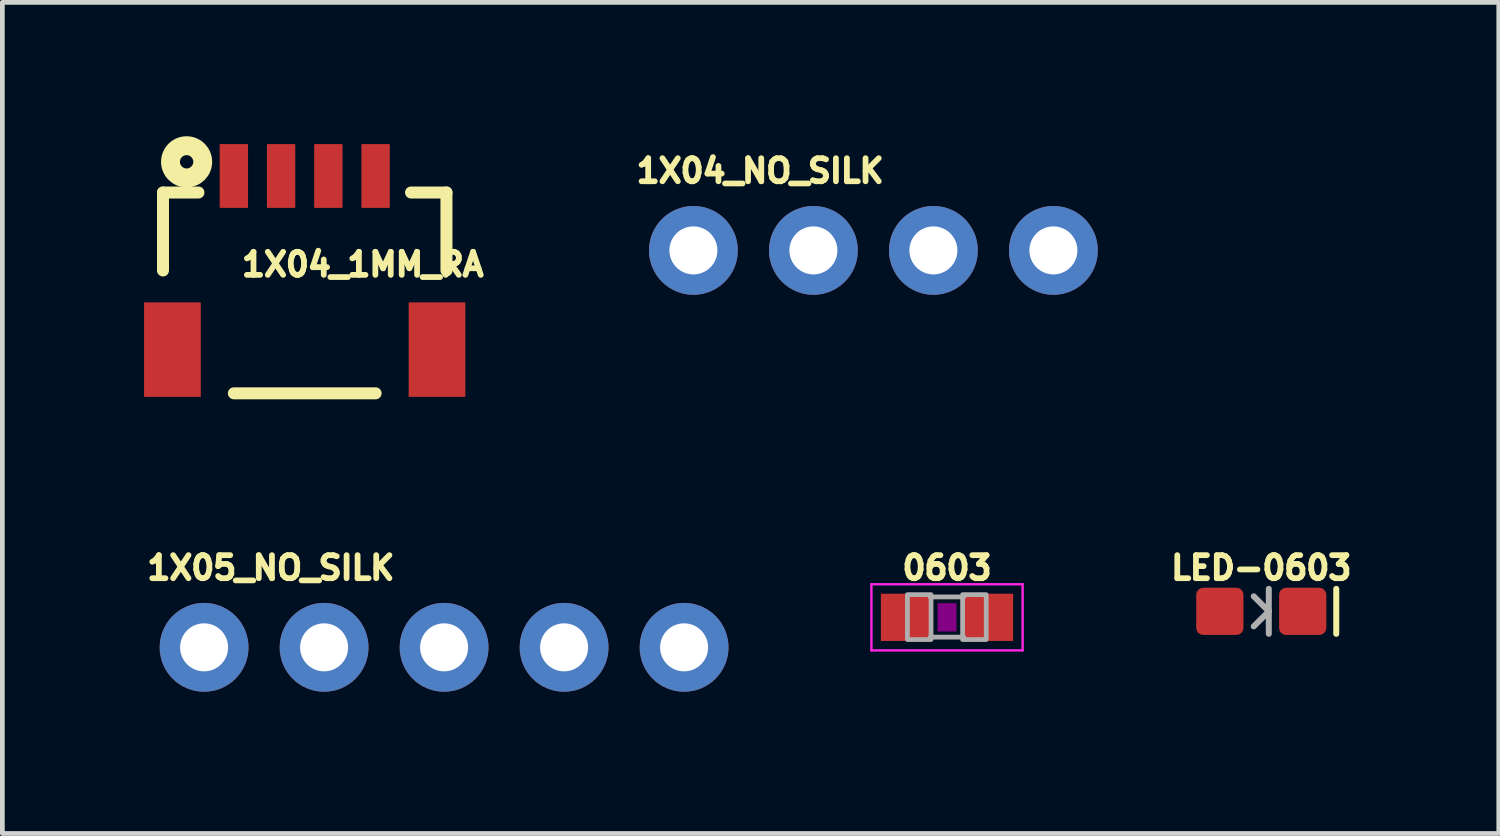
<source format=kicad_pcb>
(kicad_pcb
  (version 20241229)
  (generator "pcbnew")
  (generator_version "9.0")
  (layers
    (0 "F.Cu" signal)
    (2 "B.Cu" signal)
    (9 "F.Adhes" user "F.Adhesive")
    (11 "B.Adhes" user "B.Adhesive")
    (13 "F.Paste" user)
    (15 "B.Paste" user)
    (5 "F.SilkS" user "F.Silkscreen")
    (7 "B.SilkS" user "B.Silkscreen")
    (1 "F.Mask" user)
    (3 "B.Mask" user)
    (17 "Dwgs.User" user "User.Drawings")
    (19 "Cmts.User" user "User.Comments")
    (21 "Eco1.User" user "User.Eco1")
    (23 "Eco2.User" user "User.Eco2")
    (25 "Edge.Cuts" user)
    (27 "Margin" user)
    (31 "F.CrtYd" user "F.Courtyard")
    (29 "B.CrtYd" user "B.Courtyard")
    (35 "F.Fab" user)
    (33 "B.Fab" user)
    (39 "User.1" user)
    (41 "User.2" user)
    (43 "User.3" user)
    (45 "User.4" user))
  (footprint "0603"
    (layer "F.Cu")
    (at 16.995 10.017)
    (property "Reference" "0603" (at 0 -0.762 0) (layer "F.SilkS") (effects (font (size 0.488 0.488) (thickness 0.122)) (justify bottom)))
    (fp_poly (pts (xy -0.2 0.3) (xy 0.2 0.3) (xy 0.2 -0.3) (xy -0.2 -0.3)) (stroke (width 0) (type solid)) (fill yes) (layer "F.Adhes"))
    (fp_line (start -1.6 -0.7) (end 1.6 -0.7) (stroke (width 0.051) (type solid)) (layer "F.CrtYd"))
    (fp_line (start -1.6 0.7) (end -1.6 -0.7) (stroke (width 0.051) (type solid)) (layer "F.CrtYd"))
    (fp_line (start 1.6 -0.7) (end 1.6 0.7) (stroke (width 0.051) (type solid)) (layer "F.CrtYd"))
    (fp_line (start 1.6 0.7) (end -1.6 0.7) (stroke (width 0.051) (type solid)) (layer "F.CrtYd"))
    (fp_line (start -0.356 -0.432) (end 0.356 -0.432) (stroke (width 0.102) (type solid)) (layer "F.Fab"))
    (fp_line (start -0.356 0.419) (end 0.356 0.419) (stroke (width 0.102) (type solid)) (layer "F.Fab"))
    (fp_poly (pts (xy -0.838 0.47) (xy -0.338 0.47) (xy -0.338 -0.48) (xy -0.838 -0.48)) (stroke (width 0.1) (type solid)) (fill no) (layer "F.Fab"))
    (fp_poly (pts (xy 0.33 0.47) (xy 0.83 0.47) (xy 0.83 -0.48) (xy 0.33 -0.48)) (stroke (width 0.1) (type solid)) (fill no) (layer "F.Fab"))
    (pad "1" smd rect (at -0.85 0) (size 1.1 1) (layers "F.Cu" "F.Mask" "F.Paste"))
    (pad "2" smd rect (at 0.85 0) (size 1.1 1) (layers "F.Cu" "F.Mask" "F.Paste")))
  (footprint "1X04_1MM_RA"
    (layer "F.Cu")
    (at 3.4 0.675)
    (property "Reference" "1X04_1MM_RA" (at -1.397 2.159 0) (layer "F.SilkS") (effects (font (size 0.488 0.488) (thickness 0.122)) (justify left bottom)))
    (fp_line (start -3 0.35) (end -2.25 0.35) (stroke (width 0.254) (type solid)) (layer "F.SilkS"))
    (fp_line (start -3 2) (end -3 0.35) (stroke (width 0.254) (type solid)) (layer "F.SilkS"))
    (fp_line (start -1.5 4.6) (end 1.5 4.6) (stroke (width 0.254) (type solid)) (layer "F.SilkS"))
    (fp_line (start 2.25 0.35) (end 3 0.35) (stroke (width 0.254) (type solid)) (layer "F.SilkS"))
    (fp_line (start 3 0.35) (end 3 2) (stroke (width 0.254) (type solid)) (layer "F.SilkS"))
    (fp_circle (center -2.5 -0.3) (end -2.359 -0.3) (stroke (width 0.4) (type solid)) (fill no) (layer "F.SilkS"))
    (pad "1" smd rect (at -1.5 0) (size 0.6 1.35) (layers "F.Cu" "F.Mask" "F.Paste"))
    (pad "2" smd rect (at -0.5 0) (size 0.6 1.35) (layers "F.Cu" "F.Mask" "F.Paste"))
    (pad "3" smd rect (at 0.5 0) (size 0.6 1.35) (layers "F.Cu" "F.Mask" "F.Paste"))
    (pad "4" smd rect (at 1.5 0) (size 0.6 1.35) (layers "F.Cu" "F.Mask" "F.Paste"))
    (pad "NC1" smd rect (at 2.8 3.675) (size 1.2 2) (layers "F.Cu" "F.Mask" "F.Paste"))
    (pad "NC2" smd rect (at -2.8 3.675) (size 1.2 2) (layers "F.Cu" "F.Mask" "F.Paste")))
  (footprint "1X04_NO_SILK"
    (layer "F.Cu")
    (at 11.627 2.25)
    (property "Reference" "1X04_NO_SILK" (at -1.27 -1.397 0) (layer "F.SilkS") (effects (font (size 0.488 0.488) (thickness 0.122)) (justify left bottom)))
    (fp_poly (pts (xy -0.254 0.254) (xy 0.254 0.254) (xy 0.254 -0.254) (xy -0.254 -0.254)) (stroke (width 0.1) (type solid)) (fill no) (layer "F.Fab"))
    (fp_poly (pts (xy 2.286 0.254) (xy 2.794 0.254) (xy 2.794 -0.254) (xy 2.286 -0.254)) (stroke (width 0.1) (type solid)) (fill no) (layer "F.Fab"))
    (fp_poly (pts (xy 4.826 0.254) (xy 5.334 0.254) (xy 5.334 -0.254) (xy 4.826 -0.254)) (stroke (width 0.1) (type solid)) (fill no) (layer "F.Fab"))
    (fp_poly (pts (xy 7.366 0.254) (xy 7.874 0.254) (xy 7.874 -0.254) (xy 7.366 -0.254)) (stroke (width 0.1) (type solid)) (fill no) (layer "F.Fab"))
    (pad "1" thru_hole circle (at 0 0 90) (size 1.88 1.88) (drill 1.016) (layers "*.Cu" "*.Mask"))
    (pad "2" thru_hole circle (at 2.54 0 90) (size 1.88 1.88) (drill 1.016) (layers "*.Cu" "*.Mask"))
    (pad "3" thru_hole circle (at 5.08 0 90) (size 1.88 1.88) (drill 1.016) (layers "*.Cu" "*.Mask"))
    (pad "4" thru_hole circle (at 7.62 0 90) (size 1.88 1.88) (drill 1.016) (layers "*.Cu" "*.Mask")))
  (footprint "LED-0603"
    (layer "F.Cu")
    (at 23.647 9.89)
    (property "Reference" "LED-0603" (at 0 -0.635 0) (layer "F.SilkS") (effects (font (size 0.488 0.488) (thickness 0.122)) (justify bottom)))
    (fp_line (start 1.587 -0.476) (end 1.587 0.476) (stroke (width 0.127) (type solid)) (layer "F.SilkS"))
    (fp_line (start 0.159 -0.476) (end 0.159 0) (stroke (width 0.127) (type solid)) (layer "F.Fab"))
    (fp_line (start 0.159 0) (end -0.159 -0.318) (stroke (width 0.127) (type solid)) (layer "F.Fab"))
    (fp_line (start 0.159 0) (end -0.159 0.318) (stroke (width 0.127) (type solid)) (layer "F.Fab"))
    (fp_line (start 0.159 0) (end 0.159 0.476) (stroke (width 0.127) (type solid)) (layer "F.Fab"))
    (pad "A" smd roundrect (at -0.877 0 270) (size 1 1) (layers "F.Cu" "F.Mask" "F.Paste") (roundrect_rratio 0.15))
    (pad "C" smd roundrect (at 0.877 0 270) (size 1 1) (layers "F.Cu" "F.Mask" "F.Paste") (roundrect_rratio 0.15)))
  (footprint "1X05_NO_SILK"
    (layer "F.Cu")
    (at 1.27 10.652)
    (property "Reference" "1X05_NO_SILK" (at -1.27 -1.397 0) (layer "F.SilkS") (effects (font (size 0.488 0.488) (thickness 0.122)) (justify left bottom)))
    (fp_poly (pts (xy -0.254 0.254) (xy 0.254 0.254) (xy 0.254 -0.254) (xy -0.254 -0.254)) (stroke (width 0.1) (type solid)) (fill no) (layer "F.Fab"))
    (fp_poly (pts (xy 2.286 0.254) (xy 2.794 0.254) (xy 2.794 -0.254) (xy 2.286 -0.254)) (stroke (width 0.1) (type solid)) (fill no) (layer "F.Fab"))
    (fp_poly (pts (xy 4.826 0.254) (xy 5.334 0.254) (xy 5.334 -0.254) (xy 4.826 -0.254)) (stroke (width 0.1) (type solid)) (fill no) (layer "F.Fab"))
    (fp_poly (pts (xy 7.366 0.254) (xy 7.874 0.254) (xy 7.874 -0.254) (xy 7.366 -0.254)) (stroke (width 0.1) (type solid)) (fill no) (layer "F.Fab"))
    (fp_poly (pts (xy 9.906 0.254) (xy 10.414 0.254) (xy 10.414 -0.254) (xy 9.906 -0.254)) (stroke (width 0.1) (type solid)) (fill no) (layer "F.Fab"))
    (pad "1" thru_hole circle (at 0 0 90) (size 1.88 1.88) (drill 1.016) (layers "*.Cu" "*.Mask"))
    (pad "2" thru_hole circle (at 2.54 0 90) (size 1.88 1.88) (drill 1.016) (layers "*.Cu" "*.Mask"))
    (pad "3" thru_hole circle (at 5.08 0 90) (size 1.88 1.88) (drill 1.016) (layers "*.Cu" "*.Mask"))
    (pad "4" thru_hole circle (at 7.62 0 90) (size 1.88 1.88) (drill 1.016) (layers "*.Cu" "*.Mask"))
    (pad "5" thru_hole circle (at 10.16 0 90) (size 1.88 1.88) (drill 1.016) (layers "*.Cu" "*.Mask")))
  (gr_rect
    (start -3 -3)
    (end 28.674 14.592)
    (stroke (width 0.1) (type default))
    (fill no)
    (layer "Edge.Cuts")))
</source>
